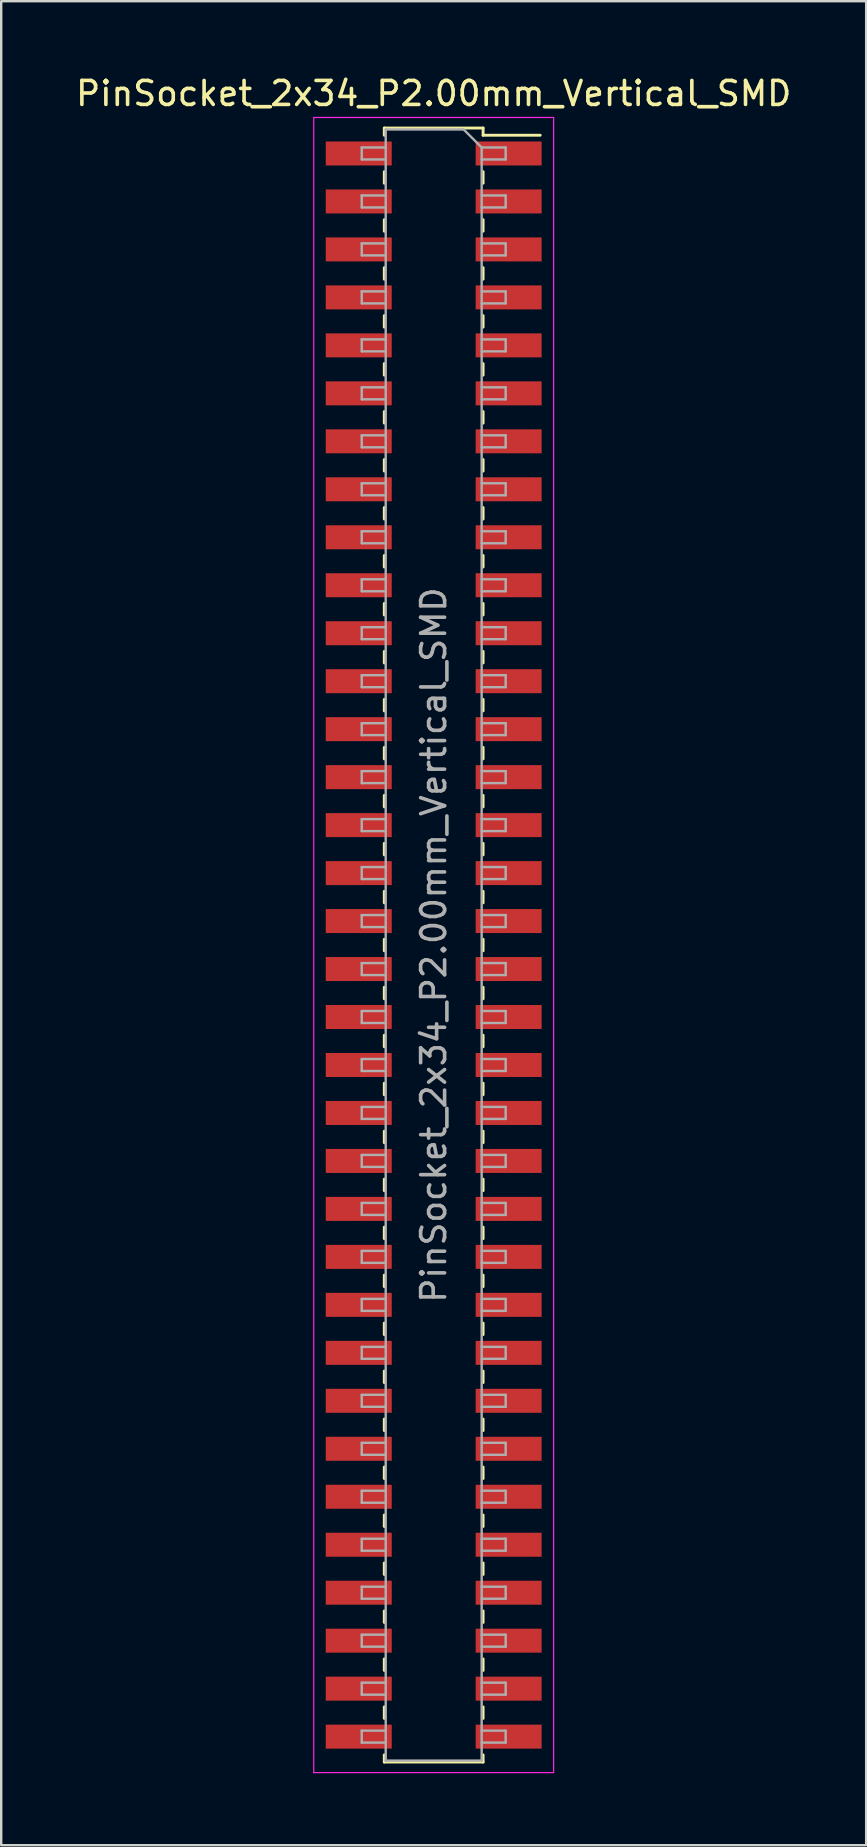
<source format=kicad_pcb>
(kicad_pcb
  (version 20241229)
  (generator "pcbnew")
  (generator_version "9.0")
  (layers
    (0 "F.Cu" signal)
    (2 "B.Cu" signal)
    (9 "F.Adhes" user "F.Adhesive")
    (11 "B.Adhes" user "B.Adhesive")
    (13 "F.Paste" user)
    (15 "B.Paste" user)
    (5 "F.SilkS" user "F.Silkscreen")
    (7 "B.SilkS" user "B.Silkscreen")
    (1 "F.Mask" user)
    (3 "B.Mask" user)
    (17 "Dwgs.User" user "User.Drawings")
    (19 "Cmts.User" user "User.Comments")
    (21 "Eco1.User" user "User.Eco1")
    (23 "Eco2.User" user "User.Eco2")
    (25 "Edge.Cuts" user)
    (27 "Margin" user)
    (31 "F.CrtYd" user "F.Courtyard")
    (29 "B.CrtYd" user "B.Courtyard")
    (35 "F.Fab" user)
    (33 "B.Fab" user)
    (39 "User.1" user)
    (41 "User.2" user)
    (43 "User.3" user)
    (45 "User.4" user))
  (footprint "PinSocket_2x34_P2.00mm_Vertical_SMD"
    (layer "F.Cu")
    (at 15.03 36.348)
    (property "Reference" "PinSocket_2x34_P2.00mm_Vertical_SMD" (at 0 -35.5 0) (layer "F.SilkS") (effects (font (size 1 1) (thickness 0.15))))
    (attr smd)
    (fp_line (start -2.06 -34.06) (end -2.06 -33.76) (stroke (width 0.12) (type solid)) (layer "F.SilkS"))
    (fp_line (start -2.06 -34.06) (end 2.06 -34.06) (stroke (width 0.12) (type solid)) (layer "F.SilkS"))
    (fp_line (start -2.06 -32.24) (end -2.06 -31.76) (stroke (width 0.12) (type solid)) (layer "F.SilkS"))
    (fp_line (start -2.06 -30.24) (end -2.06 -29.76) (stroke (width 0.12) (type solid)) (layer "F.SilkS"))
    (fp_line (start -2.06 -28.24) (end -2.06 -27.76) (stroke (width 0.12) (type solid)) (layer "F.SilkS"))
    (fp_line (start -2.06 -26.24) (end -2.06 -25.76) (stroke (width 0.12) (type solid)) (layer "F.SilkS"))
    (fp_line (start -2.06 -24.24) (end -2.06 -23.76) (stroke (width 0.12) (type solid)) (layer "F.SilkS"))
    (fp_line (start -2.06 -22.24) (end -2.06 -21.76) (stroke (width 0.12) (type solid)) (layer "F.SilkS"))
    (fp_line (start -2.06 -20.24) (end -2.06 -19.76) (stroke (width 0.12) (type solid)) (layer "F.SilkS"))
    (fp_line (start -2.06 -18.24) (end -2.06 -17.76) (stroke (width 0.12) (type solid)) (layer "F.SilkS"))
    (fp_line (start -2.06 -16.24) (end -2.06 -15.76) (stroke (width 0.12) (type solid)) (layer "F.SilkS"))
    (fp_line (start -2.06 -14.24) (end -2.06 -13.76) (stroke (width 0.12) (type solid)) (layer "F.SilkS"))
    (fp_line (start -2.06 -12.24) (end -2.06 -11.76) (stroke (width 0.12) (type solid)) (layer "F.SilkS"))
    (fp_line (start -2.06 -10.24) (end -2.06 -9.76) (stroke (width 0.12) (type solid)) (layer "F.SilkS"))
    (fp_line (start -2.06 -8.24) (end -2.06 -7.76) (stroke (width 0.12) (type solid)) (layer "F.SilkS"))
    (fp_line (start -2.06 -6.24) (end -2.06 -5.76) (stroke (width 0.12) (type solid)) (layer "F.SilkS"))
    (fp_line (start -2.06 -4.24) (end -2.06 -3.76) (stroke (width 0.12) (type solid)) (layer "F.SilkS"))
    (fp_line (start -2.06 -2.24) (end -2.06 -1.76) (stroke (width 0.12) (type solid)) (layer "F.SilkS"))
    (fp_line (start -2.06 -0.24) (end -2.06 0.24) (stroke (width 0.12) (type solid)) (layer "F.SilkS"))
    (fp_line (start -2.06 1.76) (end -2.06 2.24) (stroke (width 0.12) (type solid)) (layer "F.SilkS"))
    (fp_line (start -2.06 3.76) (end -2.06 4.24) (stroke (width 0.12) (type solid)) (layer "F.SilkS"))
    (fp_line (start -2.06 5.76) (end -2.06 6.24) (stroke (width 0.12) (type solid)) (layer "F.SilkS"))
    (fp_line (start -2.06 7.76) (end -2.06 8.24) (stroke (width 0.12) (type solid)) (layer "F.SilkS"))
    (fp_line (start -2.06 9.76) (end -2.06 10.24) (stroke (width 0.12) (type solid)) (layer "F.SilkS"))
    (fp_line (start -2.06 11.76) (end -2.06 12.24) (stroke (width 0.12) (type solid)) (layer "F.SilkS"))
    (fp_line (start -2.06 13.76) (end -2.06 14.24) (stroke (width 0.12) (type solid)) (layer "F.SilkS"))
    (fp_line (start -2.06 15.76) (end -2.06 16.24) (stroke (width 0.12) (type solid)) (layer "F.SilkS"))
    (fp_line (start -2.06 17.76) (end -2.06 18.24) (stroke (width 0.12) (type solid)) (layer "F.SilkS"))
    (fp_line (start -2.06 19.76) (end -2.06 20.24) (stroke (width 0.12) (type solid)) (layer "F.SilkS"))
    (fp_line (start -2.06 21.76) (end -2.06 22.24) (stroke (width 0.12) (type solid)) (layer "F.SilkS"))
    (fp_line (start -2.06 23.76) (end -2.06 24.24) (stroke (width 0.12) (type solid)) (layer "F.SilkS"))
    (fp_line (start -2.06 25.76) (end -2.06 26.24) (stroke (width 0.12) (type solid)) (layer "F.SilkS"))
    (fp_line (start -2.06 27.76) (end -2.06 28.24) (stroke (width 0.12) (type solid)) (layer "F.SilkS"))
    (fp_line (start -2.06 29.76) (end -2.06 30.24) (stroke (width 0.12) (type solid)) (layer "F.SilkS"))
    (fp_line (start -2.06 31.76) (end -2.06 32.24) (stroke (width 0.12) (type solid)) (layer "F.SilkS"))
    (fp_line (start -2.06 33.76) (end -2.06 34.06) (stroke (width 0.12) (type solid)) (layer "F.SilkS"))
    (fp_line (start -2.06 34.06) (end 2.06 34.06) (stroke (width 0.12) (type solid)) (layer "F.SilkS"))
    (fp_line (start 2.06 -34.06) (end 2.06 -33.76) (stroke (width 0.12) (type solid)) (layer "F.SilkS"))
    (fp_line (start 2.06 -33.76) (end 4.44 -33.76) (stroke (width 0.12) (type solid)) (layer "F.SilkS"))
    (fp_line (start 2.06 -32.24) (end 2.06 -31.76) (stroke (width 0.12) (type solid)) (layer "F.SilkS"))
    (fp_line (start 2.06 -30.24) (end 2.06 -29.76) (stroke (width 0.12) (type solid)) (layer "F.SilkS"))
    (fp_line (start 2.06 -28.24) (end 2.06 -27.76) (stroke (width 0.12) (type solid)) (layer "F.SilkS"))
    (fp_line (start 2.06 -26.24) (end 2.06 -25.76) (stroke (width 0.12) (type solid)) (layer "F.SilkS"))
    (fp_line (start 2.06 -24.24) (end 2.06 -23.76) (stroke (width 0.12) (type solid)) (layer "F.SilkS"))
    (fp_line (start 2.06 -22.24) (end 2.06 -21.76) (stroke (width 0.12) (type solid)) (layer "F.SilkS"))
    (fp_line (start 2.06 -20.24) (end 2.06 -19.76) (stroke (width 0.12) (type solid)) (layer "F.SilkS"))
    (fp_line (start 2.06 -18.24) (end 2.06 -17.76) (stroke (width 0.12) (type solid)) (layer "F.SilkS"))
    (fp_line (start 2.06 -16.24) (end 2.06 -15.76) (stroke (width 0.12) (type solid)) (layer "F.SilkS"))
    (fp_line (start 2.06 -14.24) (end 2.06 -13.76) (stroke (width 0.12) (type solid)) (layer "F.SilkS"))
    (fp_line (start 2.06 -12.24) (end 2.06 -11.76) (stroke (width 0.12) (type solid)) (layer "F.SilkS"))
    (fp_line (start 2.06 -10.24) (end 2.06 -9.76) (stroke (width 0.12) (type solid)) (layer "F.SilkS"))
    (fp_line (start 2.06 -8.24) (end 2.06 -7.76) (stroke (width 0.12) (type solid)) (layer "F.SilkS"))
    (fp_line (start 2.06 -6.24) (end 2.06 -5.76) (stroke (width 0.12) (type solid)) (layer "F.SilkS"))
    (fp_line (start 2.06 -4.24) (end 2.06 -3.76) (stroke (width 0.12) (type solid)) (layer "F.SilkS"))
    (fp_line (start 2.06 -2.24) (end 2.06 -1.76) (stroke (width 0.12) (type solid)) (layer "F.SilkS"))
    (fp_line (start 2.06 -0.24) (end 2.06 0.24) (stroke (width 0.12) (type solid)) (layer "F.SilkS"))
    (fp_line (start 2.06 1.76) (end 2.06 2.24) (stroke (width 0.12) (type solid)) (layer "F.SilkS"))
    (fp_line (start 2.06 3.76) (end 2.06 4.24) (stroke (width 0.12) (type solid)) (layer "F.SilkS"))
    (fp_line (start 2.06 5.76) (end 2.06 6.24) (stroke (width 0.12) (type solid)) (layer "F.SilkS"))
    (fp_line (start 2.06 7.76) (end 2.06 8.24) (stroke (width 0.12) (type solid)) (layer "F.SilkS"))
    (fp_line (start 2.06 9.76) (end 2.06 10.24) (stroke (width 0.12) (type solid)) (layer "F.SilkS"))
    (fp_line (start 2.06 11.76) (end 2.06 12.24) (stroke (width 0.12) (type solid)) (layer "F.SilkS"))
    (fp_line (start 2.06 13.76) (end 2.06 14.24) (stroke (width 0.12) (type solid)) (layer "F.SilkS"))
    (fp_line (start 2.06 15.76) (end 2.06 16.24) (stroke (width 0.12) (type solid)) (layer "F.SilkS"))
    (fp_line (start 2.06 17.76) (end 2.06 18.24) (stroke (width 0.12) (type solid)) (layer "F.SilkS"))
    (fp_line (start 2.06 19.76) (end 2.06 20.24) (stroke (width 0.12) (type solid)) (layer "F.SilkS"))
    (fp_line (start 2.06 21.76) (end 2.06 22.24) (stroke (width 0.12) (type solid)) (layer "F.SilkS"))
    (fp_line (start 2.06 23.76) (end 2.06 24.24) (stroke (width 0.12) (type solid)) (layer "F.SilkS"))
    (fp_line (start 2.06 25.76) (end 2.06 26.24) (stroke (width 0.12) (type solid)) (layer "F.SilkS"))
    (fp_line (start 2.06 27.76) (end 2.06 28.24) (stroke (width 0.12) (type solid)) (layer "F.SilkS"))
    (fp_line (start 2.06 29.76) (end 2.06 30.24) (stroke (width 0.12) (type solid)) (layer "F.SilkS"))
    (fp_line (start 2.06 31.76) (end 2.06 32.24) (stroke (width 0.12) (type solid)) (layer "F.SilkS"))
    (fp_line (start 2.06 33.76) (end 2.06 34.06) (stroke (width 0.12) (type solid)) (layer "F.SilkS"))
    (fp_line (start -5 -34.5) (end 5 -34.5) (stroke (width 0.05) (type solid)) (layer "F.CrtYd"))
    (fp_line (start -5 34.5) (end -5 -34.5) (stroke (width 0.05) (type solid)) (layer "F.CrtYd"))
    (fp_line (start 5 -34.5) (end 5 34.5) (stroke (width 0.05) (type solid)) (layer "F.CrtYd"))
    (fp_line (start 5 34.5) (end -5 34.5) (stroke (width 0.05) (type solid)) (layer "F.CrtYd"))
    (fp_line (start -3 -33.25) (end -2 -33.25) (stroke (width 0.1) (type solid)) (layer "F.Fab"))
    (fp_line (start -3 -32.75) (end -3 -33.25) (stroke (width 0.1) (type solid)) (layer "F.Fab"))
    (fp_line (start -3 -31.25) (end -2 -31.25) (stroke (width 0.1) (type solid)) (layer "F.Fab"))
    (fp_line (start -3 -30.75) (end -3 -31.25) (stroke (width 0.1) (type solid)) (layer "F.Fab"))
    (fp_line (start -3 -29.25) (end -2 -29.25) (stroke (width 0.1) (type solid)) (layer "F.Fab"))
    (fp_line (start -3 -28.75) (end -3 -29.25) (stroke (width 0.1) (type solid)) (layer "F.Fab"))
    (fp_line (start -3 -27.25) (end -2 -27.25) (stroke (width 0.1) (type solid)) (layer "F.Fab"))
    (fp_line (start -3 -26.75) (end -3 -27.25) (stroke (width 0.1) (type solid)) (layer "F.Fab"))
    (fp_line (start -3 -25.25) (end -2 -25.25) (stroke (width 0.1) (type solid)) (layer "F.Fab"))
    (fp_line (start -3 -24.75) (end -3 -25.25) (stroke (width 0.1) (type solid)) (layer "F.Fab"))
    (fp_line (start -3 -23.25) (end -2 -23.25) (stroke (width 0.1) (type solid)) (layer "F.Fab"))
    (fp_line (start -3 -22.75) (end -3 -23.25) (stroke (width 0.1) (type solid)) (layer "F.Fab"))
    (fp_line (start -3 -21.25) (end -2 -21.25) (stroke (width 0.1) (type solid)) (layer "F.Fab"))
    (fp_line (start -3 -20.75) (end -3 -21.25) (stroke (width 0.1) (type solid)) (layer "F.Fab"))
    (fp_line (start -3 -19.25) (end -2 -19.25) (stroke (width 0.1) (type solid)) (layer "F.Fab"))
    (fp_line (start -3 -18.75) (end -3 -19.25) (stroke (width 0.1) (type solid)) (layer "F.Fab"))
    (fp_line (start -3 -17.25) (end -2 -17.25) (stroke (width 0.1) (type solid)) (layer "F.Fab"))
    (fp_line (start -3 -16.75) (end -3 -17.25) (stroke (width 0.1) (type solid)) (layer "F.Fab"))
    (fp_line (start -3 -15.25) (end -2 -15.25) (stroke (width 0.1) (type solid)) (layer "F.Fab"))
    (fp_line (start -3 -14.75) (end -3 -15.25) (stroke (width 0.1) (type solid)) (layer "F.Fab"))
    (fp_line (start -3 -13.25) (end -2 -13.25) (stroke (width 0.1) (type solid)) (layer "F.Fab"))
    (fp_line (start -3 -12.75) (end -3 -13.25) (stroke (width 0.1) (type solid)) (layer "F.Fab"))
    (fp_line (start -3 -11.25) (end -2 -11.25) (stroke (width 0.1) (type solid)) (layer "F.Fab"))
    (fp_line (start -3 -10.75) (end -3 -11.25) (stroke (width 0.1) (type solid)) (layer "F.Fab"))
    (fp_line (start -3 -9.25) (end -2 -9.25) (stroke (width 0.1) (type solid)) (layer "F.Fab"))
    (fp_line (start -3 -8.75) (end -3 -9.25) (stroke (width 0.1) (type solid)) (layer "F.Fab"))
    (fp_line (start -3 -7.25) (end -2 -7.25) (stroke (width 0.1) (type solid)) (layer "F.Fab"))
    (fp_line (start -3 -6.75) (end -3 -7.25) (stroke (width 0.1) (type solid)) (layer "F.Fab"))
    (fp_line (start -3 -5.25) (end -2 -5.25) (stroke (width 0.1) (type solid)) (layer "F.Fab"))
    (fp_line (start -3 -4.75) (end -3 -5.25) (stroke (width 0.1) (type solid)) (layer "F.Fab"))
    (fp_line (start -3 -3.25) (end -2 -3.25) (stroke (width 0.1) (type solid)) (layer "F.Fab"))
    (fp_line (start -3 -2.75) (end -3 -3.25) (stroke (width 0.1) (type solid)) (layer "F.Fab"))
    (fp_line (start -3 -1.25) (end -2 -1.25) (stroke (width 0.1) (type solid)) (layer "F.Fab"))
    (fp_line (start -3 -0.75) (end -3 -1.25) (stroke (width 0.1) (type solid)) (layer "F.Fab"))
    (fp_line (start -3 0.75) (end -2 0.75) (stroke (width 0.1) (type solid)) (layer "F.Fab"))
    (fp_line (start -3 1.25) (end -3 0.75) (stroke (width 0.1) (type solid)) (layer "F.Fab"))
    (fp_line (start -3 2.75) (end -2 2.75) (stroke (width 0.1) (type solid)) (layer "F.Fab"))
    (fp_line (start -3 3.25) (end -3 2.75) (stroke (width 0.1) (type solid)) (layer "F.Fab"))
    (fp_line (start -3 4.75) (end -2 4.75) (stroke (width 0.1) (type solid)) (layer "F.Fab"))
    (fp_line (start -3 5.25) (end -3 4.75) (stroke (width 0.1) (type solid)) (layer "F.Fab"))
    (fp_line (start -3 6.75) (end -2 6.75) (stroke (width 0.1) (type solid)) (layer "F.Fab"))
    (fp_line (start -3 7.25) (end -3 6.75) (stroke (width 0.1) (type solid)) (layer "F.Fab"))
    (fp_line (start -3 8.75) (end -2 8.75) (stroke (width 0.1) (type solid)) (layer "F.Fab"))
    (fp_line (start -3 9.25) (end -3 8.75) (stroke (width 0.1) (type solid)) (layer "F.Fab"))
    (fp_line (start -3 10.75) (end -2 10.75) (stroke (width 0.1) (type solid)) (layer "F.Fab"))
    (fp_line (start -3 11.25) (end -3 10.75) (stroke (width 0.1) (type solid)) (layer "F.Fab"))
    (fp_line (start -3 12.75) (end -2 12.75) (stroke (width 0.1) (type solid)) (layer "F.Fab"))
    (fp_line (start -3 13.25) (end -3 12.75) (stroke (width 0.1) (type solid)) (layer "F.Fab"))
    (fp_line (start -3 14.75) (end -2 14.75) (stroke (width 0.1) (type solid)) (layer "F.Fab"))
    (fp_line (start -3 15.25) (end -3 14.75) (stroke (width 0.1) (type solid)) (layer "F.Fab"))
    (fp_line (start -3 16.75) (end -2 16.75) (stroke (width 0.1) (type solid)) (layer "F.Fab"))
    (fp_line (start -3 17.25) (end -3 16.75) (stroke (width 0.1) (type solid)) (layer "F.Fab"))
    (fp_line (start -3 18.75) (end -2 18.75) (stroke (width 0.1) (type solid)) (layer "F.Fab"))
    (fp_line (start -3 19.25) (end -3 18.75) (stroke (width 0.1) (type solid)) (layer "F.Fab"))
    (fp_line (start -3 20.75) (end -2 20.75) (stroke (width 0.1) (type solid)) (layer "F.Fab"))
    (fp_line (start -3 21.25) (end -3 20.75) (stroke (width 0.1) (type solid)) (layer "F.Fab"))
    (fp_line (start -3 22.75) (end -2 22.75) (stroke (width 0.1) (type solid)) (layer "F.Fab"))
    (fp_line (start -3 23.25) (end -3 22.75) (stroke (width 0.1) (type solid)) (layer "F.Fab"))
    (fp_line (start -3 24.75) (end -2 24.75) (stroke (width 0.1) (type solid)) (layer "F.Fab"))
    (fp_line (start -3 25.25) (end -3 24.75) (stroke (width 0.1) (type solid)) (layer "F.Fab"))
    (fp_line (start -3 26.75) (end -2 26.75) (stroke (width 0.1) (type solid)) (layer "F.Fab"))
    (fp_line (start -3 27.25) (end -3 26.75) (stroke (width 0.1) (type solid)) (layer "F.Fab"))
    (fp_line (start -3 28.75) (end -2 28.75) (stroke (width 0.1) (type solid)) (layer "F.Fab"))
    (fp_line (start -3 29.25) (end -3 28.75) (stroke (width 0.1) (type solid)) (layer "F.Fab"))
    (fp_line (start -3 30.75) (end -2 30.75) (stroke (width 0.1) (type solid)) (layer "F.Fab"))
    (fp_line (start -3 31.25) (end -3 30.75) (stroke (width 0.1) (type solid)) (layer "F.Fab"))
    (fp_line (start -3 32.75) (end -2 32.75) (stroke (width 0.1) (type solid)) (layer "F.Fab"))
    (fp_line (start -3 33.25) (end -3 32.75) (stroke (width 0.1) (type solid)) (layer "F.Fab"))
    (fp_line (start -2 -34) (end 1.25 -34) (stroke (width 0.1) (type solid)) (layer "F.Fab"))
    (fp_line (start -2 -32.75) (end -3 -32.75) (stroke (width 0.1) (type solid)) (layer "F.Fab"))
    (fp_line (start -2 -30.75) (end -3 -30.75) (stroke (width 0.1) (type solid)) (layer "F.Fab"))
    (fp_line (start -2 -28.75) (end -3 -28.75) (stroke (width 0.1) (type solid)) (layer "F.Fab"))
    (fp_line (start -2 -26.75) (end -3 -26.75) (stroke (width 0.1) (type solid)) (layer "F.Fab"))
    (fp_line (start -2 -24.75) (end -3 -24.75) (stroke (width 0.1) (type solid)) (layer "F.Fab"))
    (fp_line (start -2 -22.75) (end -3 -22.75) (stroke (width 0.1) (type solid)) (layer "F.Fab"))
    (fp_line (start -2 -20.75) (end -3 -20.75) (stroke (width 0.1) (type solid)) (layer "F.Fab"))
    (fp_line (start -2 -18.75) (end -3 -18.75) (stroke (width 0.1) (type solid)) (layer "F.Fab"))
    (fp_line (start -2 -16.75) (end -3 -16.75) (stroke (width 0.1) (type solid)) (layer "F.Fab"))
    (fp_line (start -2 -14.75) (end -3 -14.75) (stroke (width 0.1) (type solid)) (layer "F.Fab"))
    (fp_line (start -2 -12.75) (end -3 -12.75) (stroke (width 0.1) (type solid)) (layer "F.Fab"))
    (fp_line (start -2 -10.75) (end -3 -10.75) (stroke (width 0.1) (type solid)) (layer "F.Fab"))
    (fp_line (start -2 -8.75) (end -3 -8.75) (stroke (width 0.1) (type solid)) (layer "F.Fab"))
    (fp_line (start -2 -6.75) (end -3 -6.75) (stroke (width 0.1) (type solid)) (layer "F.Fab"))
    (fp_line (start -2 -4.75) (end -3 -4.75) (stroke (width 0.1) (type solid)) (layer "F.Fab"))
    (fp_line (start -2 -2.75) (end -3 -2.75) (stroke (width 0.1) (type solid)) (layer "F.Fab"))
    (fp_line (start -2 -0.75) (end -3 -0.75) (stroke (width 0.1) (type solid)) (layer "F.Fab"))
    (fp_line (start -2 1.25) (end -3 1.25) (stroke (width 0.1) (type solid)) (layer "F.Fab"))
    (fp_line (start -2 3.25) (end -3 3.25) (stroke (width 0.1) (type solid)) (layer "F.Fab"))
    (fp_line (start -2 5.25) (end -3 5.25) (stroke (width 0.1) (type solid)) (layer "F.Fab"))
    (fp_line (start -2 7.25) (end -3 7.25) (stroke (width 0.1) (type solid)) (layer "F.Fab"))
    (fp_line (start -2 9.25) (end -3 9.25) (stroke (width 0.1) (type solid)) (layer "F.Fab"))
    (fp_line (start -2 11.25) (end -3 11.25) (stroke (width 0.1) (type solid)) (layer "F.Fab"))
    (fp_line (start -2 13.25) (end -3 13.25) (stroke (width 0.1) (type solid)) (layer "F.Fab"))
    (fp_line (start -2 15.25) (end -3 15.25) (stroke (width 0.1) (type solid)) (layer "F.Fab"))
    (fp_line (start -2 17.25) (end -3 17.25) (stroke (width 0.1) (type solid)) (layer "F.Fab"))
    (fp_line (start -2 19.25) (end -3 19.25) (stroke (width 0.1) (type solid)) (layer "F.Fab"))
    (fp_line (start -2 21.25) (end -3 21.25) (stroke (width 0.1) (type solid)) (layer "F.Fab"))
    (fp_line (start -2 23.25) (end -3 23.25) (stroke (width 0.1) (type solid)) (layer "F.Fab"))
    (fp_line (start -2 25.25) (end -3 25.25) (stroke (width 0.1) (type solid)) (layer "F.Fab"))
    (fp_line (start -2 27.25) (end -3 27.25) (stroke (width 0.1) (type solid)) (layer "F.Fab"))
    (fp_line (start -2 29.25) (end -3 29.25) (stroke (width 0.1) (type solid)) (layer "F.Fab"))
    (fp_line (start -2 31.25) (end -3 31.25) (stroke (width 0.1) (type solid)) (layer "F.Fab"))
    (fp_line (start -2 33.25) (end -3 33.25) (stroke (width 0.1) (type solid)) (layer "F.Fab"))
    (fp_line (start -2 34) (end -2 -34) (stroke (width 0.1) (type solid)) (layer "F.Fab"))
    (fp_line (start 1.25 -34) (end 2 -33.25) (stroke (width 0.1) (type solid)) (layer "F.Fab"))
    (fp_line (start 2 -33.25) (end 2 34) (stroke (width 0.1) (type solid)) (layer "F.Fab"))
    (fp_line (start 2 -33.25) (end 3 -33.25) (stroke (width 0.1) (type solid)) (layer "F.Fab"))
    (fp_line (start 2 -31.25) (end 3 -31.25) (stroke (width 0.1) (type solid)) (layer "F.Fab"))
    (fp_line (start 2 -29.25) (end 3 -29.25) (stroke (width 0.1) (type solid)) (layer "F.Fab"))
    (fp_line (start 2 -27.25) (end 3 -27.25) (stroke (width 0.1) (type solid)) (layer "F.Fab"))
    (fp_line (start 2 -25.25) (end 3 -25.25) (stroke (width 0.1) (type solid)) (layer "F.Fab"))
    (fp_line (start 2 -23.25) (end 3 -23.25) (stroke (width 0.1) (type solid)) (layer "F.Fab"))
    (fp_line (start 2 -21.25) (end 3 -21.25) (stroke (width 0.1) (type solid)) (layer "F.Fab"))
    (fp_line (start 2 -19.25) (end 3 -19.25) (stroke (width 0.1) (type solid)) (layer "F.Fab"))
    (fp_line (start 2 -17.25) (end 3 -17.25) (stroke (width 0.1) (type solid)) (layer "F.Fab"))
    (fp_line (start 2 -15.25) (end 3 -15.25) (stroke (width 0.1) (type solid)) (layer "F.Fab"))
    (fp_line (start 2 -13.25) (end 3 -13.25) (stroke (width 0.1) (type solid)) (layer "F.Fab"))
    (fp_line (start 2 -11.25) (end 3 -11.25) (stroke (width 0.1) (type solid)) (layer "F.Fab"))
    (fp_line (start 2 -9.25) (end 3 -9.25) (stroke (width 0.1) (type solid)) (layer "F.Fab"))
    (fp_line (start 2 -7.25) (end 3 -7.25) (stroke (width 0.1) (type solid)) (layer "F.Fab"))
    (fp_line (start 2 -5.25) (end 3 -5.25) (stroke (width 0.1) (type solid)) (layer "F.Fab"))
    (fp_line (start 2 -3.25) (end 3 -3.25) (stroke (width 0.1) (type solid)) (layer "F.Fab"))
    (fp_line (start 2 -1.25) (end 3 -1.25) (stroke (width 0.1) (type solid)) (layer "F.Fab"))
    (fp_line (start 2 0.75) (end 3 0.75) (stroke (width 0.1) (type solid)) (layer "F.Fab"))
    (fp_line (start 2 2.75) (end 3 2.75) (stroke (width 0.1) (type solid)) (layer "F.Fab"))
    (fp_line (start 2 4.75) (end 3 4.75) (stroke (width 0.1) (type solid)) (layer "F.Fab"))
    (fp_line (start 2 6.75) (end 3 6.75) (stroke (width 0.1) (type solid)) (layer "F.Fab"))
    (fp_line (start 2 8.75) (end 3 8.75) (stroke (width 0.1) (type solid)) (layer "F.Fab"))
    (fp_line (start 2 10.75) (end 3 10.75) (stroke (width 0.1) (type solid)) (layer "F.Fab"))
    (fp_line (start 2 12.75) (end 3 12.75) (stroke (width 0.1) (type solid)) (layer "F.Fab"))
    (fp_line (start 2 14.75) (end 3 14.75) (stroke (width 0.1) (type solid)) (layer "F.Fab"))
    (fp_line (start 2 16.75) (end 3 16.75) (stroke (width 0.1) (type solid)) (layer "F.Fab"))
    (fp_line (start 2 18.75) (end 3 18.75) (stroke (width 0.1) (type solid)) (layer "F.Fab"))
    (fp_line (start 2 20.75) (end 3 20.75) (stroke (width 0.1) (type solid)) (layer "F.Fab"))
    (fp_line (start 2 22.75) (end 3 22.75) (stroke (width 0.1) (type solid)) (layer "F.Fab"))
    (fp_line (start 2 24.75) (end 3 24.75) (stroke (width 0.1) (type solid)) (layer "F.Fab"))
    (fp_line (start 2 26.75) (end 3 26.75) (stroke (width 0.1) (type solid)) (layer "F.Fab"))
    (fp_line (start 2 28.75) (end 3 28.75) (stroke (width 0.1) (type solid)) (layer "F.Fab"))
    (fp_line (start 2 30.75) (end 3 30.75) (stroke (width 0.1) (type solid)) (layer "F.Fab"))
    (fp_line (start 2 32.75) (end 3 32.75) (stroke (width 0.1) (type solid)) (layer "F.Fab"))
    (fp_line (start 2 34) (end -2 34) (stroke (width 0.1) (type solid)) (layer "F.Fab"))
    (fp_line (start 3 -33.25) (end 3 -32.75) (stroke (width 0.1) (type solid)) (layer "F.Fab"))
    (fp_line (start 3 -32.75) (end 2 -32.75) (stroke (width 0.1) (type solid)) (layer "F.Fab"))
    (fp_line (start 3 -31.25) (end 3 -30.75) (stroke (width 0.1) (type solid)) (layer "F.Fab"))
    (fp_line (start 3 -30.75) (end 2 -30.75) (stroke (width 0.1) (type solid)) (layer "F.Fab"))
    (fp_line (start 3 -29.25) (end 3 -28.75) (stroke (width 0.1) (type solid)) (layer "F.Fab"))
    (fp_line (start 3 -28.75) (end 2 -28.75) (stroke (width 0.1) (type solid)) (layer "F.Fab"))
    (fp_line (start 3 -27.25) (end 3 -26.75) (stroke (width 0.1) (type solid)) (layer "F.Fab"))
    (fp_line (start 3 -26.75) (end 2 -26.75) (stroke (width 0.1) (type solid)) (layer "F.Fab"))
    (fp_line (start 3 -25.25) (end 3 -24.75) (stroke (width 0.1) (type solid)) (layer "F.Fab"))
    (fp_line (start 3 -24.75) (end 2 -24.75) (stroke (width 0.1) (type solid)) (layer "F.Fab"))
    (fp_line (start 3 -23.25) (end 3 -22.75) (stroke (width 0.1) (type solid)) (layer "F.Fab"))
    (fp_line (start 3 -22.75) (end 2 -22.75) (stroke (width 0.1) (type solid)) (layer "F.Fab"))
    (fp_line (start 3 -21.25) (end 3 -20.75) (stroke (width 0.1) (type solid)) (layer "F.Fab"))
    (fp_line (start 3 -20.75) (end 2 -20.75) (stroke (width 0.1) (type solid)) (layer "F.Fab"))
    (fp_line (start 3 -19.25) (end 3 -18.75) (stroke (width 0.1) (type solid)) (layer "F.Fab"))
    (fp_line (start 3 -18.75) (end 2 -18.75) (stroke (width 0.1) (type solid)) (layer "F.Fab"))
    (fp_line (start 3 -17.25) (end 3 -16.75) (stroke (width 0.1) (type solid)) (layer "F.Fab"))
    (fp_line (start 3 -16.75) (end 2 -16.75) (stroke (width 0.1) (type solid)) (layer "F.Fab"))
    (fp_line (start 3 -15.25) (end 3 -14.75) (stroke (width 0.1) (type solid)) (layer "F.Fab"))
    (fp_line (start 3 -14.75) (end 2 -14.75) (stroke (width 0.1) (type solid)) (layer "F.Fab"))
    (fp_line (start 3 -13.25) (end 3 -12.75) (stroke (width 0.1) (type solid)) (layer "F.Fab"))
    (fp_line (start 3 -12.75) (end 2 -12.75) (stroke (width 0.1) (type solid)) (layer "F.Fab"))
    (fp_line (start 3 -11.25) (end 3 -10.75) (stroke (width 0.1) (type solid)) (layer "F.Fab"))
    (fp_line (start 3 -10.75) (end 2 -10.75) (stroke (width 0.1) (type solid)) (layer "F.Fab"))
    (fp_line (start 3 -9.25) (end 3 -8.75) (stroke (width 0.1) (type solid)) (layer "F.Fab"))
    (fp_line (start 3 -8.75) (end 2 -8.75) (stroke (width 0.1) (type solid)) (layer "F.Fab"))
    (fp_line (start 3 -7.25) (end 3 -6.75) (stroke (width 0.1) (type solid)) (layer "F.Fab"))
    (fp_line (start 3 -6.75) (end 2 -6.75) (stroke (width 0.1) (type solid)) (layer "F.Fab"))
    (fp_line (start 3 -5.25) (end 3 -4.75) (stroke (width 0.1) (type solid)) (layer "F.Fab"))
    (fp_line (start 3 -4.75) (end 2 -4.75) (stroke (width 0.1) (type solid)) (layer "F.Fab"))
    (fp_line (start 3 -3.25) (end 3 -2.75) (stroke (width 0.1) (type solid)) (layer "F.Fab"))
    (fp_line (start 3 -2.75) (end 2 -2.75) (stroke (width 0.1) (type solid)) (layer "F.Fab"))
    (fp_line (start 3 -1.25) (end 3 -0.75) (stroke (width 0.1) (type solid)) (layer "F.Fab"))
    (fp_line (start 3 -0.75) (end 2 -0.75) (stroke (width 0.1) (type solid)) (layer "F.Fab"))
    (fp_line (start 3 0.75) (end 3 1.25) (stroke (width 0.1) (type solid)) (layer "F.Fab"))
    (fp_line (start 3 1.25) (end 2 1.25) (stroke (width 0.1) (type solid)) (layer "F.Fab"))
    (fp_line (start 3 2.75) (end 3 3.25) (stroke (width 0.1) (type solid)) (layer "F.Fab"))
    (fp_line (start 3 3.25) (end 2 3.25) (stroke (width 0.1) (type solid)) (layer "F.Fab"))
    (fp_line (start 3 4.75) (end 3 5.25) (stroke (width 0.1) (type solid)) (layer "F.Fab"))
    (fp_line (start 3 5.25) (end 2 5.25) (stroke (width 0.1) (type solid)) (layer "F.Fab"))
    (fp_line (start 3 6.75) (end 3 7.25) (stroke (width 0.1) (type solid)) (layer "F.Fab"))
    (fp_line (start 3 7.25) (end 2 7.25) (stroke (width 0.1) (type solid)) (layer "F.Fab"))
    (fp_line (start 3 8.75) (end 3 9.25) (stroke (width 0.1) (type solid)) (layer "F.Fab"))
    (fp_line (start 3 9.25) (end 2 9.25) (stroke (width 0.1) (type solid)) (layer "F.Fab"))
    (fp_line (start 3 10.75) (end 3 11.25) (stroke (width 0.1) (type solid)) (layer "F.Fab"))
    (fp_line (start 3 11.25) (end 2 11.25) (stroke (width 0.1) (type solid)) (layer "F.Fab"))
    (fp_line (start 3 12.75) (end 3 13.25) (stroke (width 0.1) (type solid)) (layer "F.Fab"))
    (fp_line (start 3 13.25) (end 2 13.25) (stroke (width 0.1) (type solid)) (layer "F.Fab"))
    (fp_line (start 3 14.75) (end 3 15.25) (stroke (width 0.1) (type solid)) (layer "F.Fab"))
    (fp_line (start 3 15.25) (end 2 15.25) (stroke (width 0.1) (type solid)) (layer "F.Fab"))
    (fp_line (start 3 16.75) (end 3 17.25) (stroke (width 0.1) (type solid)) (layer "F.Fab"))
    (fp_line (start 3 17.25) (end 2 17.25) (stroke (width 0.1) (type solid)) (layer "F.Fab"))
    (fp_line (start 3 18.75) (end 3 19.25) (stroke (width 0.1) (type solid)) (layer "F.Fab"))
    (fp_line (start 3 19.25) (end 2 19.25) (stroke (width 0.1) (type solid)) (layer "F.Fab"))
    (fp_line (start 3 20.75) (end 3 21.25) (stroke (width 0.1) (type solid)) (layer "F.Fab"))
    (fp_line (start 3 21.25) (end 2 21.25) (stroke (width 0.1) (type solid)) (layer "F.Fab"))
    (fp_line (start 3 22.75) (end 3 23.25) (stroke (width 0.1) (type solid)) (layer "F.Fab"))
    (fp_line (start 3 23.25) (end 2 23.25) (stroke (width 0.1) (type solid)) (layer "F.Fab"))
    (fp_line (start 3 24.75) (end 3 25.25) (stroke (width 0.1) (type solid)) (layer "F.Fab"))
    (fp_line (start 3 25.25) (end 2 25.25) (stroke (width 0.1) (type solid)) (layer "F.Fab"))
    (fp_line (start 3 26.75) (end 3 27.25) (stroke (width 0.1) (type solid)) (layer "F.Fab"))
    (fp_line (start 3 27.25) (end 2 27.25) (stroke (width 0.1) (type solid)) (layer "F.Fab"))
    (fp_line (start 3 28.75) (end 3 29.25) (stroke (width 0.1) (type solid)) (layer "F.Fab"))
    (fp_line (start 3 29.25) (end 2 29.25) (stroke (width 0.1) (type solid)) (layer "F.Fab"))
    (fp_line (start 3 30.75) (end 3 31.25) (stroke (width 0.1) (type solid)) (layer "F.Fab"))
    (fp_line (start 3 31.25) (end 2 31.25) (stroke (width 0.1) (type solid)) (layer "F.Fab"))
    (fp_line (start 3 32.75) (end 3 33.25) (stroke (width 0.1) (type solid)) (layer "F.Fab"))
    (fp_line (start 3 33.25) (end 2 33.25) (stroke (width 0.1) (type solid)) (layer "F.Fab"))
    (fp_text user "${REFERENCE}" (at 0 0 90) (layer "F.Fab") (effects (font (size 1 1) (thickness 0.15))))
    (pad "1" smd rect (at 3.125 -33) (size 2.75 1) (layers "F.Cu" "F.Mask" "F.Paste"))
    (pad "2" smd rect (at -3.125 -33) (size 2.75 1) (layers "F.Cu" "F.Mask" "F.Paste"))
    (pad "3" smd rect (at 3.125 -31) (size 2.75 1) (layers "F.Cu" "F.Mask" "F.Paste"))
    (pad "4" smd rect (at -3.125 -31) (size 2.75 1) (layers "F.Cu" "F.Mask" "F.Paste"))
    (pad "5" smd rect (at 3.125 -29) (size 2.75 1) (layers "F.Cu" "F.Mask" "F.Paste"))
    (pad "6" smd rect (at -3.125 -29) (size 2.75 1) (layers "F.Cu" "F.Mask" "F.Paste"))
    (pad "7" smd rect (at 3.125 -27) (size 2.75 1) (layers "F.Cu" "F.Mask" "F.Paste"))
    (pad "8" smd rect (at -3.125 -27) (size 2.75 1) (layers "F.Cu" "F.Mask" "F.Paste"))
    (pad "9" smd rect (at 3.125 -25) (size 2.75 1) (layers "F.Cu" "F.Mask" "F.Paste"))
    (pad "10" smd rect (at -3.125 -25) (size 2.75 1) (layers "F.Cu" "F.Mask" "F.Paste"))
    (pad "11" smd rect (at 3.125 -23) (size 2.75 1) (layers "F.Cu" "F.Mask" "F.Paste"))
    (pad "12" smd rect (at -3.125 -23) (size 2.75 1) (layers "F.Cu" "F.Mask" "F.Paste"))
    (pad "13" smd rect (at 3.125 -21) (size 2.75 1) (layers "F.Cu" "F.Mask" "F.Paste"))
    (pad "14" smd rect (at -3.125 -21) (size 2.75 1) (layers "F.Cu" "F.Mask" "F.Paste"))
    (pad "15" smd rect (at 3.125 -19) (size 2.75 1) (layers "F.Cu" "F.Mask" "F.Paste"))
    (pad "16" smd rect (at -3.125 -19) (size 2.75 1) (layers "F.Cu" "F.Mask" "F.Paste"))
    (pad "17" smd rect (at 3.125 -17) (size 2.75 1) (layers "F.Cu" "F.Mask" "F.Paste"))
    (pad "18" smd rect (at -3.125 -17) (size 2.75 1) (layers "F.Cu" "F.Mask" "F.Paste"))
    (pad "19" smd rect (at 3.125 -15) (size 2.75 1) (layers "F.Cu" "F.Mask" "F.Paste"))
    (pad "20" smd rect (at -3.125 -15) (size 2.75 1) (layers "F.Cu" "F.Mask" "F.Paste"))
    (pad "21" smd rect (at 3.125 -13) (size 2.75 1) (layers "F.Cu" "F.Mask" "F.Paste"))
    (pad "22" smd rect (at -3.125 -13) (size 2.75 1) (layers "F.Cu" "F.Mask" "F.Paste"))
    (pad "23" smd rect (at 3.125 -11) (size 2.75 1) (layers "F.Cu" "F.Mask" "F.Paste"))
    (pad "24" smd rect (at -3.125 -11) (size 2.75 1) (layers "F.Cu" "F.Mask" "F.Paste"))
    (pad "25" smd rect (at 3.125 -9) (size 2.75 1) (layers "F.Cu" "F.Mask" "F.Paste"))
    (pad "26" smd rect (at -3.125 -9) (size 2.75 1) (layers "F.Cu" "F.Mask" "F.Paste"))
    (pad "27" smd rect (at 3.125 -7) (size 2.75 1) (layers "F.Cu" "F.Mask" "F.Paste"))
    (pad "28" smd rect (at -3.125 -7) (size 2.75 1) (layers "F.Cu" "F.Mask" "F.Paste"))
    (pad "29" smd rect (at 3.125 -5) (size 2.75 1) (layers "F.Cu" "F.Mask" "F.Paste"))
    (pad "30" smd rect (at -3.125 -5) (size 2.75 1) (layers "F.Cu" "F.Mask" "F.Paste"))
    (pad "31" smd rect (at 3.125 -3) (size 2.75 1) (layers "F.Cu" "F.Mask" "F.Paste"))
    (pad "32" smd rect (at -3.125 -3) (size 2.75 1) (layers "F.Cu" "F.Mask" "F.Paste"))
    (pad "33" smd rect (at 3.125 -1) (size 2.75 1) (layers "F.Cu" "F.Mask" "F.Paste"))
    (pad "34" smd rect (at -3.125 -1) (size 2.75 1) (layers "F.Cu" "F.Mask" "F.Paste"))
    (pad "35" smd rect (at 3.125 1) (size 2.75 1) (layers "F.Cu" "F.Mask" "F.Paste"))
    (pad "36" smd rect (at -3.125 1) (size 2.75 1) (layers "F.Cu" "F.Mask" "F.Paste"))
    (pad "37" smd rect (at 3.125 3) (size 2.75 1) (layers "F.Cu" "F.Mask" "F.Paste"))
    (pad "38" smd rect (at -3.125 3) (size 2.75 1) (layers "F.Cu" "F.Mask" "F.Paste"))
    (pad "39" smd rect (at 3.125 5) (size 2.75 1) (layers "F.Cu" "F.Mask" "F.Paste"))
    (pad "40" smd rect (at -3.125 5) (size 2.75 1) (layers "F.Cu" "F.Mask" "F.Paste"))
    (pad "41" smd rect (at 3.125 7) (size 2.75 1) (layers "F.Cu" "F.Mask" "F.Paste"))
    (pad "42" smd rect (at -3.125 7) (size 2.75 1) (layers "F.Cu" "F.Mask" "F.Paste"))
    (pad "43" smd rect (at 3.125 9) (size 2.75 1) (layers "F.Cu" "F.Mask" "F.Paste"))
    (pad "44" smd rect (at -3.125 9) (size 2.75 1) (layers "F.Cu" "F.Mask" "F.Paste"))
    (pad "45" smd rect (at 3.125 11) (size 2.75 1) (layers "F.Cu" "F.Mask" "F.Paste"))
    (pad "46" smd rect (at -3.125 11) (size 2.75 1) (layers "F.Cu" "F.Mask" "F.Paste"))
    (pad "47" smd rect (at 3.125 13) (size 2.75 1) (layers "F.Cu" "F.Mask" "F.Paste"))
    (pad "48" smd rect (at -3.125 13) (size 2.75 1) (layers "F.Cu" "F.Mask" "F.Paste"))
    (pad "49" smd rect (at 3.125 15) (size 2.75 1) (layers "F.Cu" "F.Mask" "F.Paste"))
    (pad "50" smd rect (at -3.125 15) (size 2.75 1) (layers "F.Cu" "F.Mask" "F.Paste"))
    (pad "51" smd rect (at 3.125 17) (size 2.75 1) (layers "F.Cu" "F.Mask" "F.Paste"))
    (pad "52" smd rect (at -3.125 17) (size 2.75 1) (layers "F.Cu" "F.Mask" "F.Paste"))
    (pad "53" smd rect (at 3.125 19) (size 2.75 1) (layers "F.Cu" "F.Mask" "F.Paste"))
    (pad "54" smd rect (at -3.125 19) (size 2.75 1) (layers "F.Cu" "F.Mask" "F.Paste"))
    (pad "55" smd rect (at 3.125 21) (size 2.75 1) (layers "F.Cu" "F.Mask" "F.Paste"))
    (pad "56" smd rect (at -3.125 21) (size 2.75 1) (layers "F.Cu" "F.Mask" "F.Paste"))
    (pad "57" smd rect (at 3.125 23) (size 2.75 1) (layers "F.Cu" "F.Mask" "F.Paste"))
    (pad "58" smd rect (at -3.125 23) (size 2.75 1) (layers "F.Cu" "F.Mask" "F.Paste"))
    (pad "59" smd rect (at 3.125 25) (size 2.75 1) (layers "F.Cu" "F.Mask" "F.Paste"))
    (pad "60" smd rect (at -3.125 25) (size 2.75 1) (layers "F.Cu" "F.Mask" "F.Paste"))
    (pad "61" smd rect (at 3.125 27) (size 2.75 1) (layers "F.Cu" "F.Mask" "F.Paste"))
    (pad "62" smd rect (at -3.125 27) (size 2.75 1) (layers "F.Cu" "F.Mask" "F.Paste"))
    (pad "63" smd rect (at 3.125 29) (size 2.75 1) (layers "F.Cu" "F.Mask" "F.Paste"))
    (pad "64" smd rect (at -3.125 29) (size 2.75 1) (layers "F.Cu" "F.Mask" "F.Paste"))
    (pad "65" smd rect (at 3.125 31) (size 2.75 1) (layers "F.Cu" "F.Mask" "F.Paste"))
    (pad "66" smd rect (at -3.125 31) (size 2.75 1) (layers "F.Cu" "F.Mask" "F.Paste"))
    (pad "67" smd rect (at 3.125 33) (size 2.75 1) (layers "F.Cu" "F.Mask" "F.Paste"))
    (pad "68" smd rect (at -3.125 33) (size 2.75 1) (layers "F.Cu" "F.Mask" "F.Paste")))
  (gr_rect
    (start -3 -3)
    (end 33.06 73.873)
    (stroke (width 0.1) (type default))
    (fill no)
    (layer "Edge.Cuts")))
</source>
